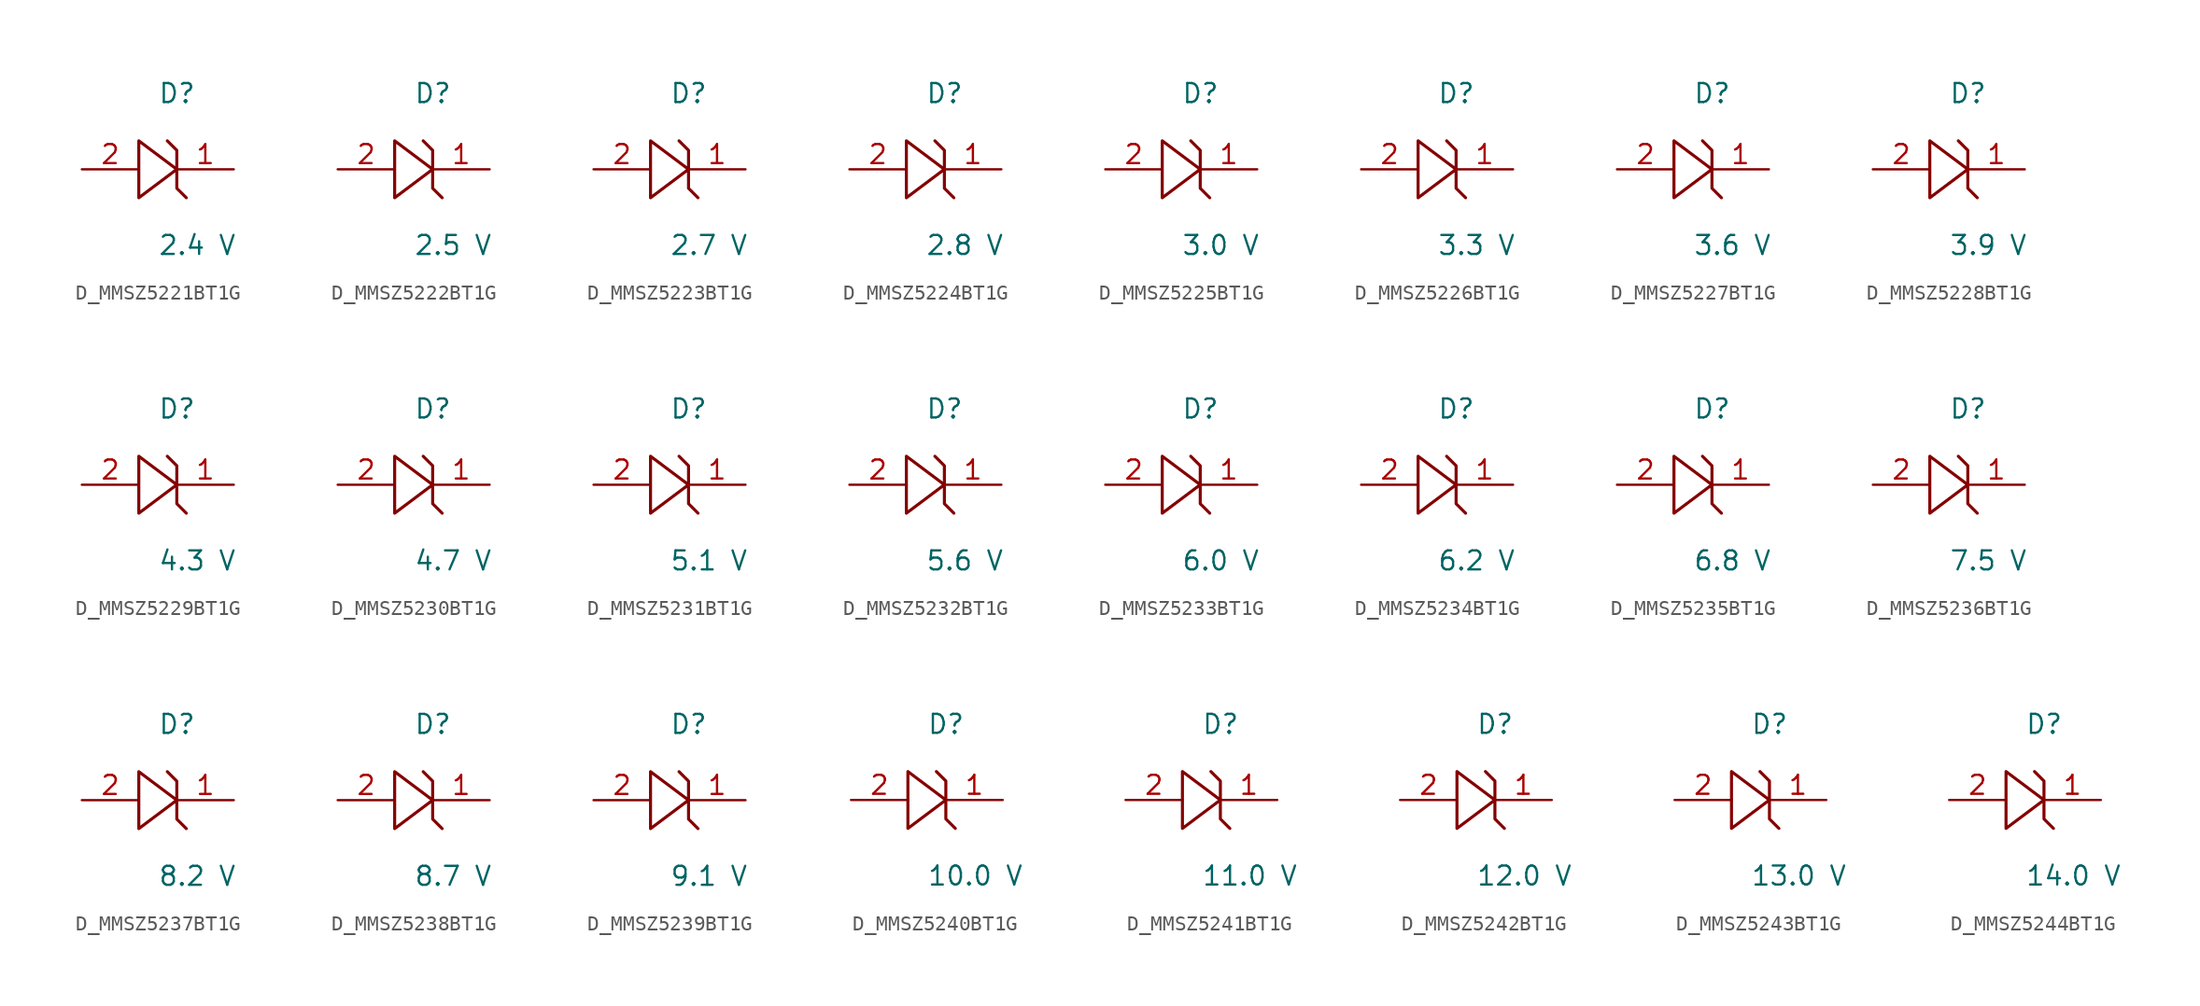
<source format=kicad_sym>
(kicad_symbol_lib
  (version 20231120)
  (generator kicad_symbol_editor)
  (generator_version 8.0)
  (symbol "D_MMSZ5221BT1G"
    (pin_names
      (offset 0.254))
    (property "Reference" "D"
      (at 0 5.08 0)
      (effects (font (size 1.27 1.27)) (justify left)))
    (property "Value" "2.4 V"
      (at 0 -5.08 0)
      (effects (font (size 1.27 1.27)) (justify left)))
    (symbol "D_MMSZ5221BT1G_1_0"
      (polyline (pts (xy 0.635 1.905) (xy 1.27 1.27) (xy 1.27 0) (xy -1.27 1.905) (xy -1.27 -1.905) (xy 1.27 0) (xy 1.27 -1.27) (xy 1.905 -1.905)) (stroke (width 0.203) (type default)) (fill (type none)))
      (pin unspecified line (at 5.08 0 180) (length 3.81) (name "" (effects (font (size 1.27 1.27)))) (number "1" (effects (font (size 1.27 1.27)))))
      (pin unspecified line (at -5.08 0 0) (length 3.81) (name "" (effects (font (size 1.27 1.27)))) (number "2" (effects (font (size 1.27 1.27)))))))
  (symbol "D_MMSZ5222BT1G"
    (pin_names
      (offset 0.254))
    (property "Reference" "D"
      (at 0 5.08 0)
      (effects (font (size 1.27 1.27)) (justify left)))
    (property "Value" "2.5 V"
      (at 0 -5.08 0)
      (effects (font (size 1.27 1.27)) (justify left)))
    (symbol "D_MMSZ5222BT1G_1_0"
      (polyline (pts (xy 0.635 1.905) (xy 1.27 1.27) (xy 1.27 0) (xy -1.27 1.905) (xy -1.27 -1.905) (xy 1.27 0) (xy 1.27 -1.27) (xy 1.905 -1.905)) (stroke (width 0.203) (type default)) (fill (type none)))
      (pin unspecified line (at 5.08 0 180) (length 3.81) (name "" (effects (font (size 1.27 1.27)))) (number "1" (effects (font (size 1.27 1.27)))))
      (pin unspecified line (at -5.08 0 0) (length 3.81) (name "" (effects (font (size 1.27 1.27)))) (number "2" (effects (font (size 1.27 1.27)))))))
  (symbol "D_MMSZ5223BT1G"
    (pin_names
      (offset 0.254))
    (property "Reference" "D"
      (at 0 5.08 0)
      (effects (font (size 1.27 1.27)) (justify left)))
    (property "Value" "2.7 V"
      (at 0 -5.08 0)
      (effects (font (size 1.27 1.27)) (justify left)))
    (symbol "D_MMSZ5223BT1G_1_0"
      (polyline (pts (xy 0.635 1.905) (xy 1.27 1.27) (xy 1.27 0) (xy -1.27 1.905) (xy -1.27 -1.905) (xy 1.27 0) (xy 1.27 -1.27) (xy 1.905 -1.905)) (stroke (width 0.203) (type default)) (fill (type none)))
      (pin unspecified line (at 5.08 0 180) (length 3.81) (name "" (effects (font (size 1.27 1.27)))) (number "1" (effects (font (size 1.27 1.27)))))
      (pin unspecified line (at -5.08 0 0) (length 3.81) (name "" (effects (font (size 1.27 1.27)))) (number "2" (effects (font (size 1.27 1.27)))))))
  (symbol "D_MMSZ5224BT1G"
    (pin_names
      (offset 0.254))
    (property "Reference" "D"
      (at 0 5.08 0)
      (effects (font (size 1.27 1.27)) (justify left)))
    (property "Value" "2.8 V"
      (at 0 -5.08 0)
      (effects (font (size 1.27 1.27)) (justify left)))
    (symbol "D_MMSZ5224BT1G_1_0"
      (polyline (pts (xy 0.635 1.905) (xy 1.27 1.27) (xy 1.27 0) (xy -1.27 1.905) (xy -1.27 -1.905) (xy 1.27 0) (xy 1.27 -1.27) (xy 1.905 -1.905)) (stroke (width 0.203) (type default)) (fill (type none)))
      (pin unspecified line (at 5.08 0 180) (length 3.81) (name "" (effects (font (size 1.27 1.27)))) (number "1" (effects (font (size 1.27 1.27)))))
      (pin unspecified line (at -5.08 0 0) (length 3.81) (name "" (effects (font (size 1.27 1.27)))) (number "2" (effects (font (size 1.27 1.27)))))))
  (symbol "D_MMSZ5225BT1G"
    (pin_names
      (offset 0.254))
    (property "Reference" "D"
      (at 0 5.08 0)
      (effects (font (size 1.27 1.27)) (justify left)))
    (property "Value" "3.0 V"
      (at 0 -5.08 0)
      (effects (font (size 1.27 1.27)) (justify left)))
    (symbol "D_MMSZ5225BT1G_1_0"
      (polyline (pts (xy 0.635 1.905) (xy 1.27 1.27) (xy 1.27 0) (xy -1.27 1.905) (xy -1.27 -1.905) (xy 1.27 0) (xy 1.27 -1.27) (xy 1.905 -1.905)) (stroke (width 0.203) (type default)) (fill (type none)))
      (pin unspecified line (at 5.08 0 180) (length 3.81) (name "" (effects (font (size 1.27 1.27)))) (number "1" (effects (font (size 1.27 1.27)))))
      (pin unspecified line (at -5.08 0 0) (length 3.81) (name "" (effects (font (size 1.27 1.27)))) (number "2" (effects (font (size 1.27 1.27)))))))
  (symbol "D_MMSZ5226BT1G"
    (pin_names
      (offset 0.254))
    (property "Reference" "D"
      (at 0 5.08 0)
      (effects (font (size 1.27 1.27)) (justify left)))
    (property "Value" "3.3 V"
      (at 0 -5.08 0)
      (effects (font (size 1.27 1.27)) (justify left)))
    (symbol "D_MMSZ5226BT1G_1_0"
      (polyline (pts (xy 0.635 1.905) (xy 1.27 1.27) (xy 1.27 0) (xy -1.27 1.905) (xy -1.27 -1.905) (xy 1.27 0) (xy 1.27 -1.27) (xy 1.905 -1.905)) (stroke (width 0.203) (type default)) (fill (type none)))
      (pin unspecified line (at 5.08 0 180) (length 3.81) (name "" (effects (font (size 1.27 1.27)))) (number "1" (effects (font (size 1.27 1.27)))))
      (pin unspecified line (at -5.08 0 0) (length 3.81) (name "" (effects (font (size 1.27 1.27)))) (number "2" (effects (font (size 1.27 1.27)))))))
  (symbol "D_MMSZ5227BT1G"
    (pin_names
      (offset 0.254))
    (property "Reference" "D"
      (at 0 5.08 0)
      (effects (font (size 1.27 1.27)) (justify left)))
    (property "Value" "3.6 V"
      (at 0 -5.08 0)
      (effects (font (size 1.27 1.27)) (justify left)))
    (symbol "D_MMSZ5227BT1G_1_0"
      (polyline (pts (xy 0.635 1.905) (xy 1.27 1.27) (xy 1.27 0) (xy -1.27 1.905) (xy -1.27 -1.905) (xy 1.27 0) (xy 1.27 -1.27) (xy 1.905 -1.905)) (stroke (width 0.203) (type default)) (fill (type none)))
      (pin unspecified line (at 5.08 0 180) (length 3.81) (name "" (effects (font (size 1.27 1.27)))) (number "1" (effects (font (size 1.27 1.27)))))
      (pin unspecified line (at -5.08 0 0) (length 3.81) (name "" (effects (font (size 1.27 1.27)))) (number "2" (effects (font (size 1.27 1.27)))))))
  (symbol "D_MMSZ5228BT1G"
    (pin_names
      (offset 0.254))
    (property "Reference" "D"
      (at 0 5.08 0)
      (effects (font (size 1.27 1.27)) (justify left)))
    (property "Value" "3.9 V"
      (at 0 -5.08 0)
      (effects (font (size 1.27 1.27)) (justify left)))
    (symbol "D_MMSZ5228BT1G_1_0"
      (polyline (pts (xy 0.635 1.905) (xy 1.27 1.27) (xy 1.27 0) (xy -1.27 1.905) (xy -1.27 -1.905) (xy 1.27 0) (xy 1.27 -1.27) (xy 1.905 -1.905)) (stroke (width 0.203) (type default)) (fill (type none)))
      (pin unspecified line (at 5.08 0 180) (length 3.81) (name "" (effects (font (size 1.27 1.27)))) (number "1" (effects (font (size 1.27 1.27)))))
      (pin unspecified line (at -5.08 0 0) (length 3.81) (name "" (effects (font (size 1.27 1.27)))) (number "2" (effects (font (size 1.27 1.27)))))))
  (symbol "D_MMSZ5229BT1G"
    (pin_names
      (offset 0.254))
    (property "Reference" "D"
      (at 0 5.08 0)
      (effects (font (size 1.27 1.27)) (justify left)))
    (property "Value" "4.3 V"
      (at 0 -5.08 0)
      (effects (font (size 1.27 1.27)) (justify left)))
    (symbol "D_MMSZ5229BT1G_1_0"
      (polyline (pts (xy 0.635 1.905) (xy 1.27 1.27) (xy 1.27 0) (xy -1.27 1.905) (xy -1.27 -1.905) (xy 1.27 0) (xy 1.27 -1.27) (xy 1.905 -1.905)) (stroke (width 0.203) (type default)) (fill (type none)))
      (pin unspecified line (at 5.08 0 180) (length 3.81) (name "" (effects (font (size 1.27 1.27)))) (number "1" (effects (font (size 1.27 1.27)))))
      (pin unspecified line (at -5.08 0 0) (length 3.81) (name "" (effects (font (size 1.27 1.27)))) (number "2" (effects (font (size 1.27 1.27)))))))
  (symbol "D_MMSZ5230BT1G"
    (pin_names
      (offset 0.254))
    (property "Reference" "D"
      (at 0 5.08 0)
      (effects (font (size 1.27 1.27)) (justify left)))
    (property "Value" "4.7 V"
      (at 0 -5.08 0)
      (effects (font (size 1.27 1.27)) (justify left)))
    (symbol "D_MMSZ5230BT1G_1_0"
      (polyline (pts (xy 0.635 1.905) (xy 1.27 1.27) (xy 1.27 0) (xy -1.27 1.905) (xy -1.27 -1.905) (xy 1.27 0) (xy 1.27 -1.27) (xy 1.905 -1.905)) (stroke (width 0.203) (type default)) (fill (type none)))
      (pin unspecified line (at 5.08 0 180) (length 3.81) (name "" (effects (font (size 1.27 1.27)))) (number "1" (effects (font (size 1.27 1.27)))))
      (pin unspecified line (at -5.08 0 0) (length 3.81) (name "" (effects (font (size 1.27 1.27)))) (number "2" (effects (font (size 1.27 1.27)))))))
  (symbol "D_MMSZ5231BT1G"
    (pin_names
      (offset 0.254))
    (property "Reference" "D"
      (at 0 5.08 0)
      (effects (font (size 1.27 1.27)) (justify left)))
    (property "Value" "5.1 V"
      (at 0 -5.08 0)
      (effects (font (size 1.27 1.27)) (justify left)))
    (symbol "D_MMSZ5231BT1G_1_0"
      (polyline (pts (xy 0.635 1.905) (xy 1.27 1.27) (xy 1.27 0) (xy -1.27 1.905) (xy -1.27 -1.905) (xy 1.27 0) (xy 1.27 -1.27) (xy 1.905 -1.905)) (stroke (width 0.203) (type default)) (fill (type none)))
      (pin unspecified line (at 5.08 0 180) (length 3.81) (name "" (effects (font (size 1.27 1.27)))) (number "1" (effects (font (size 1.27 1.27)))))
      (pin unspecified line (at -5.08 0 0) (length 3.81) (name "" (effects (font (size 1.27 1.27)))) (number "2" (effects (font (size 1.27 1.27)))))))
  (symbol "D_MMSZ5232BT1G"
    (pin_names
      (offset 0.254))
    (property "Reference" "D"
      (at 0 5.08 0)
      (effects (font (size 1.27 1.27)) (justify left)))
    (property "Value" "5.6 V"
      (at 0 -5.08 0)
      (effects (font (size 1.27 1.27)) (justify left)))
    (symbol "D_MMSZ5232BT1G_1_0"
      (polyline (pts (xy 0.635 1.905) (xy 1.27 1.27) (xy 1.27 0) (xy -1.27 1.905) (xy -1.27 -1.905) (xy 1.27 0) (xy 1.27 -1.27) (xy 1.905 -1.905)) (stroke (width 0.203) (type default)) (fill (type none)))
      (pin unspecified line (at 5.08 0 180) (length 3.81) (name "" (effects (font (size 1.27 1.27)))) (number "1" (effects (font (size 1.27 1.27)))))
      (pin unspecified line (at -5.08 0 0) (length 3.81) (name "" (effects (font (size 1.27 1.27)))) (number "2" (effects (font (size 1.27 1.27)))))))
  (symbol "D_MMSZ5233BT1G"
    (pin_names
      (offset 0.254))
    (property "Reference" "D"
      (at 0 5.08 0)
      (effects (font (size 1.27 1.27)) (justify left)))
    (property "Value" "6.0 V"
      (at 0 -5.08 0)
      (effects (font (size 1.27 1.27)) (justify left)))
    (symbol "D_MMSZ5233BT1G_1_0"
      (polyline (pts (xy 0.635 1.905) (xy 1.27 1.27) (xy 1.27 0) (xy -1.27 1.905) (xy -1.27 -1.905) (xy 1.27 0) (xy 1.27 -1.27) (xy 1.905 -1.905)) (stroke (width 0.203) (type default)) (fill (type none)))
      (pin unspecified line (at 5.08 0 180) (length 3.81) (name "" (effects (font (size 1.27 1.27)))) (number "1" (effects (font (size 1.27 1.27)))))
      (pin unspecified line (at -5.08 0 0) (length 3.81) (name "" (effects (font (size 1.27 1.27)))) (number "2" (effects (font (size 1.27 1.27)))))))
  (symbol "D_MMSZ5234BT1G"
    (pin_names
      (offset 0.254))
    (property "Reference" "D"
      (at 0 5.08 0)
      (effects (font (size 1.27 1.27)) (justify left)))
    (property "Value" "6.2 V"
      (at 0 -5.08 0)
      (effects (font (size 1.27 1.27)) (justify left)))
    (symbol "D_MMSZ5234BT1G_1_0"
      (polyline (pts (xy 0.635 1.905) (xy 1.27 1.27) (xy 1.27 0) (xy -1.27 1.905) (xy -1.27 -1.905) (xy 1.27 0) (xy 1.27 -1.27) (xy 1.905 -1.905)) (stroke (width 0.203) (type default)) (fill (type none)))
      (pin unspecified line (at 5.08 0 180) (length 3.81) (name "" (effects (font (size 1.27 1.27)))) (number "1" (effects (font (size 1.27 1.27)))))
      (pin unspecified line (at -5.08 0 0) (length 3.81) (name "" (effects (font (size 1.27 1.27)))) (number "2" (effects (font (size 1.27 1.27)))))))
  (symbol "D_MMSZ5235BT1G"
    (pin_names
      (offset 0.254))
    (property "Reference" "D"
      (at 0 5.08 0)
      (effects (font (size 1.27 1.27)) (justify left)))
    (property "Value" "6.8 V"
      (at 0 -5.08 0)
      (effects (font (size 1.27 1.27)) (justify left)))
    (symbol "D_MMSZ5235BT1G_1_0"
      (polyline (pts (xy 0.635 1.905) (xy 1.27 1.27) (xy 1.27 0) (xy -1.27 1.905) (xy -1.27 -1.905) (xy 1.27 0) (xy 1.27 -1.27) (xy 1.905 -1.905)) (stroke (width 0.203) (type default)) (fill (type none)))
      (pin unspecified line (at 5.08 0 180) (length 3.81) (name "" (effects (font (size 1.27 1.27)))) (number "1" (effects (font (size 1.27 1.27)))))
      (pin unspecified line (at -5.08 0 0) (length 3.81) (name "" (effects (font (size 1.27 1.27)))) (number "2" (effects (font (size 1.27 1.27)))))))
  (symbol "D_MMSZ5236BT1G"
    (pin_names
      (offset 0.254))
    (property "Reference" "D"
      (at 0 5.08 0)
      (effects (font (size 1.27 1.27)) (justify left)))
    (property "Value" "7.5 V"
      (at 0 -5.08 0)
      (effects (font (size 1.27 1.27)) (justify left)))
    (symbol "D_MMSZ5236BT1G_1_0"
      (polyline (pts (xy 0.635 1.905) (xy 1.27 1.27) (xy 1.27 0) (xy -1.27 1.905) (xy -1.27 -1.905) (xy 1.27 0) (xy 1.27 -1.27) (xy 1.905 -1.905)) (stroke (width 0.203) (type default)) (fill (type none)))
      (pin unspecified line (at 5.08 0 180) (length 3.81) (name "" (effects (font (size 1.27 1.27)))) (number "1" (effects (font (size 1.27 1.27)))))
      (pin unspecified line (at -5.08 0 0) (length 3.81) (name "" (effects (font (size 1.27 1.27)))) (number "2" (effects (font (size 1.27 1.27)))))))
  (symbol "D_MMSZ5237BT1G"
    (pin_names
      (offset 0.254))
    (property "Reference" "D"
      (at 0 5.08 0)
      (effects (font (size 1.27 1.27)) (justify left)))
    (property "Value" "8.2 V"
      (at 0 -5.08 0)
      (effects (font (size 1.27 1.27)) (justify left)))
    (symbol "D_MMSZ5237BT1G_1_0"
      (polyline (pts (xy 0.635 1.905) (xy 1.27 1.27) (xy 1.27 0) (xy -1.27 1.905) (xy -1.27 -1.905) (xy 1.27 0) (xy 1.27 -1.27) (xy 1.905 -1.905)) (stroke (width 0.203) (type default)) (fill (type none)))
      (pin unspecified line (at 5.08 0 180) (length 3.81) (name "" (effects (font (size 1.27 1.27)))) (number "1" (effects (font (size 1.27 1.27)))))
      (pin unspecified line (at -5.08 0 0) (length 3.81) (name "" (effects (font (size 1.27 1.27)))) (number "2" (effects (font (size 1.27 1.27)))))))
  (symbol "D_MMSZ5238BT1G"
    (pin_names
      (offset 0.254))
    (property "Reference" "D"
      (at 0 5.08 0)
      (effects (font (size 1.27 1.27)) (justify left)))
    (property "Value" "8.7 V"
      (at 0 -5.08 0)
      (effects (font (size 1.27 1.27)) (justify left)))
    (symbol "D_MMSZ5238BT1G_1_0"
      (polyline (pts (xy 0.635 1.905) (xy 1.27 1.27) (xy 1.27 0) (xy -1.27 1.905) (xy -1.27 -1.905) (xy 1.27 0) (xy 1.27 -1.27) (xy 1.905 -1.905)) (stroke (width 0.203) (type default)) (fill (type none)))
      (pin unspecified line (at 5.08 0 180) (length 3.81) (name "" (effects (font (size 1.27 1.27)))) (number "1" (effects (font (size 1.27 1.27)))))
      (pin unspecified line (at -5.08 0 0) (length 3.81) (name "" (effects (font (size 1.27 1.27)))) (number "2" (effects (font (size 1.27 1.27)))))))
  (symbol "D_MMSZ5239BT1G"
    (pin_names
      (offset 0.254))
    (property "Reference" "D"
      (at 0 5.08 0)
      (effects (font (size 1.27 1.27)) (justify left)))
    (property "Value" "9.1 V"
      (at 0 -5.08 0)
      (effects (font (size 1.27 1.27)) (justify left)))
    (symbol "D_MMSZ5239BT1G_1_0"
      (polyline (pts (xy 0.635 1.905) (xy 1.27 1.27) (xy 1.27 0) (xy -1.27 1.905) (xy -1.27 -1.905) (xy 1.27 0) (xy 1.27 -1.27) (xy 1.905 -1.905)) (stroke (width 0.203) (type default)) (fill (type none)))
      (pin unspecified line (at 5.08 0 180) (length 3.81) (name "" (effects (font (size 1.27 1.27)))) (number "1" (effects (font (size 1.27 1.27)))))
      (pin unspecified line (at -5.08 0 0) (length 3.81) (name "" (effects (font (size 1.27 1.27)))) (number "2" (effects (font (size 1.27 1.27)))))))
  (symbol "D_MMSZ5240BT1G"
    (pin_names
      (offset 0.254))
    (property "Reference" "D"
      (at 0 5.08 0)
      (effects (font (size 1.27 1.27)) (justify left)))
    (property "Value" "10.0 V"
      (at 0 -5.08 0)
      (effects (font (size 1.27 1.27)) (justify left)))
    (symbol "D_MMSZ5240BT1G_1_0"
      (polyline (pts (xy 0.635 1.905) (xy 1.27 1.27) (xy 1.27 0) (xy -1.27 1.905) (xy -1.27 -1.905) (xy 1.27 0) (xy 1.27 -1.27) (xy 1.905 -1.905)) (stroke (width 0.203) (type default)) (fill (type none)))
      (pin unspecified line (at 5.08 0 180) (length 3.81) (name "" (effects (font (size 1.27 1.27)))) (number "1" (effects (font (size 1.27 1.27)))))
      (pin unspecified line (at -5.08 0 0) (length 3.81) (name "" (effects (font (size 1.27 1.27)))) (number "2" (effects (font (size 1.27 1.27)))))))
  (symbol "D_MMSZ5241BT1G"
    (pin_names
      (offset 0.254))
    (property "Reference" "D"
      (at 0 5.08 0)
      (effects (font (size 1.27 1.27)) (justify left)))
    (property "Value" "11.0 V"
      (at 0 -5.08 0)
      (effects (font (size 1.27 1.27)) (justify left)))
    (symbol "D_MMSZ5241BT1G_1_0"
      (polyline (pts (xy 0.635 1.905) (xy 1.27 1.27) (xy 1.27 0) (xy -1.27 1.905) (xy -1.27 -1.905) (xy 1.27 0) (xy 1.27 -1.27) (xy 1.905 -1.905)) (stroke (width 0.203) (type default)) (fill (type none)))
      (pin unspecified line (at 5.08 0 180) (length 3.81) (name "" (effects (font (size 1.27 1.27)))) (number "1" (effects (font (size 1.27 1.27)))))
      (pin unspecified line (at -5.08 0 0) (length 3.81) (name "" (effects (font (size 1.27 1.27)))) (number "2" (effects (font (size 1.27 1.27)))))))
  (symbol "D_MMSZ5242BT1G"
    (pin_names
      (offset 0.254))
    (property "Reference" "D"
      (at 0 5.08 0)
      (effects (font (size 1.27 1.27)) (justify left)))
    (property "Value" "12.0 V"
      (at 0 -5.08 0)
      (effects (font (size 1.27 1.27)) (justify left)))
    (symbol "D_MMSZ5242BT1G_1_0"
      (polyline (pts (xy 0.635 1.905) (xy 1.27 1.27) (xy 1.27 0) (xy -1.27 1.905) (xy -1.27 -1.905) (xy 1.27 0) (xy 1.27 -1.27) (xy 1.905 -1.905)) (stroke (width 0.203) (type default)) (fill (type none)))
      (pin unspecified line (at 5.08 0 180) (length 3.81) (name "" (effects (font (size 1.27 1.27)))) (number "1" (effects (font (size 1.27 1.27)))))
      (pin unspecified line (at -5.08 0 0) (length 3.81) (name "" (effects (font (size 1.27 1.27)))) (number "2" (effects (font (size 1.27 1.27)))))))
  (symbol "D_MMSZ5243BT1G"
    (pin_names
      (offset 0.254))
    (property "Reference" "D"
      (at 0 5.08 0)
      (effects (font (size 1.27 1.27)) (justify left)))
    (property "Value" "13.0 V"
      (at 0 -5.08 0)
      (effects (font (size 1.27 1.27)) (justify left)))
    (symbol "D_MMSZ5243BT1G_1_0"
      (polyline (pts (xy 0.635 1.905) (xy 1.27 1.27) (xy 1.27 0) (xy -1.27 1.905) (xy -1.27 -1.905) (xy 1.27 0) (xy 1.27 -1.27) (xy 1.905 -1.905)) (stroke (width 0.203) (type default)) (fill (type none)))
      (pin unspecified line (at 5.08 0 180) (length 3.81) (name "" (effects (font (size 1.27 1.27)))) (number "1" (effects (font (size 1.27 1.27)))))
      (pin unspecified line (at -5.08 0 0) (length 3.81) (name "" (effects (font (size 1.27 1.27)))) (number "2" (effects (font (size 1.27 1.27)))))))
  (symbol "D_MMSZ5244BT1G"
    (pin_names
      (offset 0.254))
    (property "Reference" "D"
      (at 0 5.08 0)
      (effects (font (size 1.27 1.27)) (justify left)))
    (property "Value" "14.0 V"
      (at 0 -5.08 0)
      (effects (font (size 1.27 1.27)) (justify left)))
    (symbol "D_MMSZ5244BT1G_1_0"
      (polyline (pts (xy 0.635 1.905) (xy 1.27 1.27) (xy 1.27 0) (xy -1.27 1.905) (xy -1.27 -1.905) (xy 1.27 0) (xy 1.27 -1.27) (xy 1.905 -1.905)) (stroke (width 0.203) (type default)) (fill (type none)))
      (pin unspecified line (at 5.08 0 180) (length 3.81) (name "" (effects (font (size 1.27 1.27)))) (number "1" (effects (font (size 1.27 1.27)))))
      (pin unspecified line (at -5.08 0 0) (length 3.81) (name "" (effects (font (size 1.27 1.27)))) (number "2" (effects (font (size 1.27 1.27))))))))
</source>
